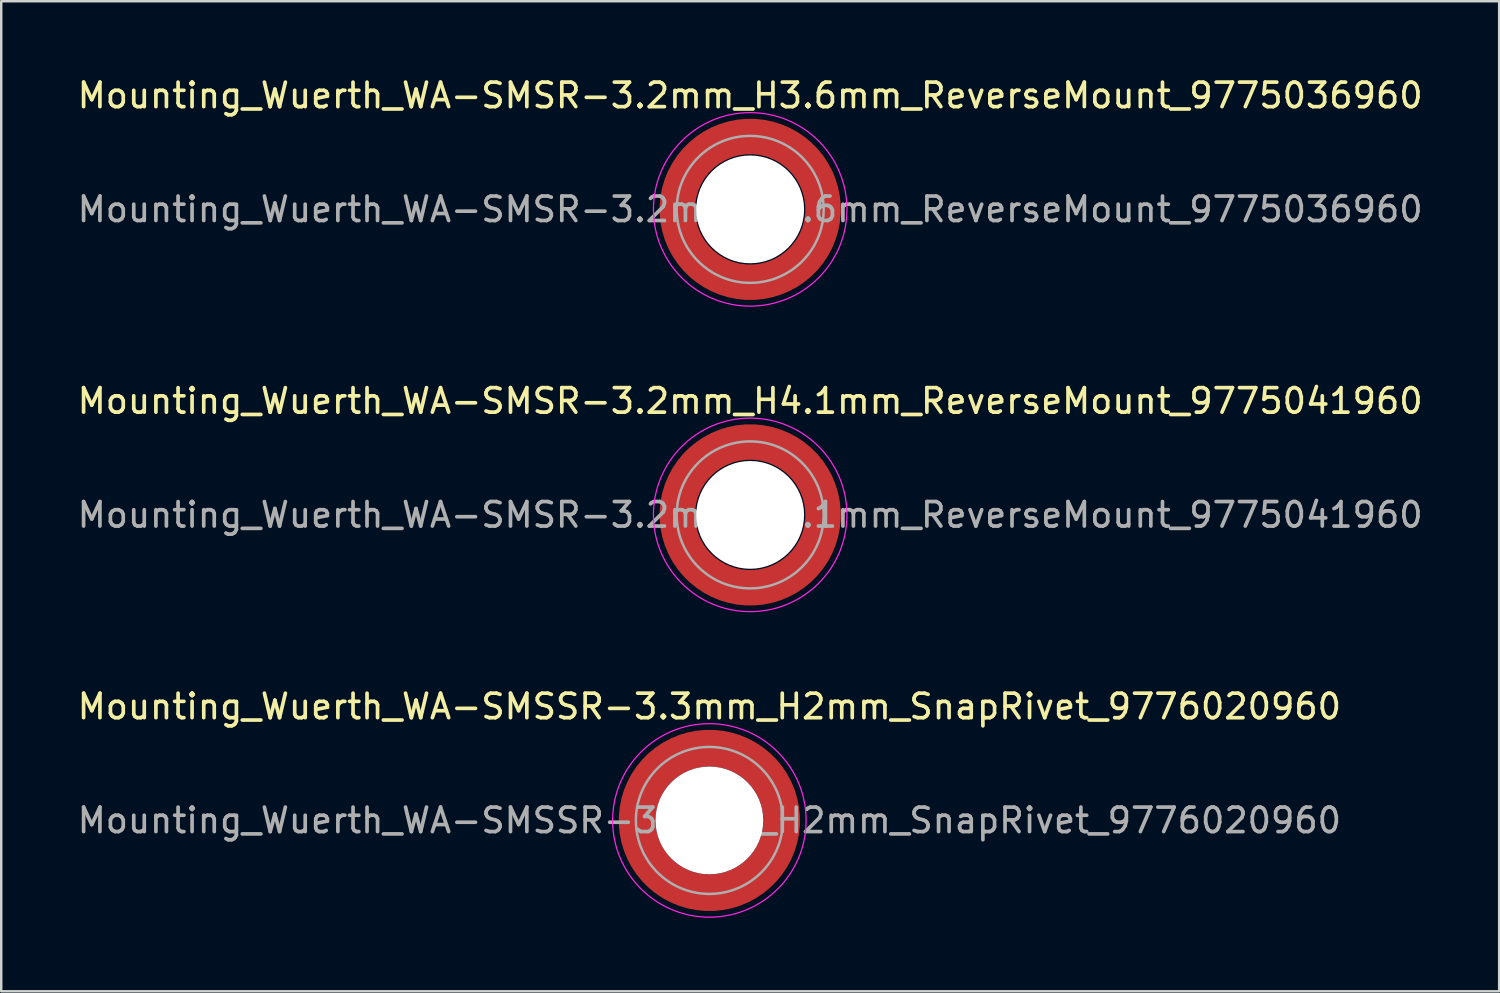
<source format=kicad_pcb>
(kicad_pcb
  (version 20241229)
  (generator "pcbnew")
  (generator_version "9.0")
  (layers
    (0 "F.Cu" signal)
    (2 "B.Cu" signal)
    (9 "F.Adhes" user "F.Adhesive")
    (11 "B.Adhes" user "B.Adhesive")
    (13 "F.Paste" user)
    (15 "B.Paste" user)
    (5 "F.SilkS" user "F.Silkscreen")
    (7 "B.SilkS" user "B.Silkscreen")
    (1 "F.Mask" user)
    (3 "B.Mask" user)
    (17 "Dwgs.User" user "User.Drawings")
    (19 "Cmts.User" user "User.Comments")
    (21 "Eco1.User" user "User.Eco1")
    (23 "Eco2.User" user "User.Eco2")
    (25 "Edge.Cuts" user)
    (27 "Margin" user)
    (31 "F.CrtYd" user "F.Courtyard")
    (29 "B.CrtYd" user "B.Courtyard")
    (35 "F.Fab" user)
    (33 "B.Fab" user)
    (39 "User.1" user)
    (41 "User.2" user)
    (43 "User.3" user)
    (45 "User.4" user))
  (footprint "Mounting_Wuerth_WA-SMSSR-3.3mm_H2mm_SnapRivet_9776020960"
    (layer "F.Cu")
    (at 25.911 30.445)
    (property "Reference" "Mounting_Wuerth_WA-SMSSR-3.3mm_H2mm_SnapRivet_9776020960" (at 0 -4.65 0) (layer "F.SilkS") (effects (font (size 1 1) (thickness 0.15))))
    (attr smd)
    (fp_circle (center 0 0) (end 3.95 0) (stroke (width 0.05) (type solid)) (fill no) (layer "F.CrtYd"))
    (fp_circle (center 0 0) (end 3 0) (stroke (width 0.1) (type solid)) (fill no) (layer "F.Fab"))
    (fp_text user "${REFERENCE}" (at 0 0 0) (layer "F.Fab") (effects (font (size 1 1) (thickness 0.15))))
    (pad "" smd custom (at -2.077 -2.077) (size 0.995 0.995) (layers "F.Paste") (options (anchor circle)) (primitives (gr_arc (start -0.208831 1.577126) (mid 0.422144 0.422848) (end 1.576154 -0.208618) (width 0.2)) (gr_arc (start -0.310669 1.577126) (mid 0.35138 0.352781) (end 1.575188 -0.310262) (width 0.2)) (gr_arc (start -0.412325 1.577126) (mid 0.280305 0.283024) (end 1.573357 -0.411565) (width 0.2)) (gr_arc (start -0.51382 1.577126) (mid 0.210358 0.212139) (end 1.574653 -0.513342) (width 0.2)) (gr_arc (start -0.615172 1.577126) (mid 0.139846 0.141818) (end 1.574384 -0.614661) (width 0.2)) (gr_arc (start -0.716397 1.577126) (mid 0.070334 0.070498) (end 1.576898 -0.716356) (width 0.2)) (gr_arc (start -0.817508 1.577126) (mid -0.001805 0.001806) (end 1.572094 -0.816634) (width 0.2)) (gr_arc (start -0.918517 1.577126) (mid -0.071322 -0.06951) (end 1.574599 -0.918094) (width 0.2)) (gr_arc (start -1.019433 1.577126) (mid -0.141902 -0.139762) (end 1.574138 -1.018949) (width 0.2)) (gr_arc (start -1.120266 1.577126) (mid -0.211736 -0.210761) (end 1.575763 -1.120053) (width 0.2)) (gr_arc (start -1.221022 1.577126) (mid -0.282882 -0.280446) (end 1.57372 -1.220504) (width 0.2)) (gr_arc (start -1.32171 1.577126) (mid -0.353407 -0.350753) (end 1.573414 -1.321162) (width 0.2)) (gr_arc (start -1.422335 1.577126) (mid -0.423311 -0.421682) (end 1.574846 -1.422009) (width 0.2)) (gr_line (start 1.577 -0.209) (end 1.577 -1.422) (width 0.2)) (gr_line (start -0.209 1.577) (end -1.422 1.577) (width 0.2))))
    (pad "" smd custom (at -2.077 2.077) (size 0.995 0.995) (layers "F.Paste") (options (anchor circle)) (primitives (gr_arc (start 1.577126 0.208831) (mid 0.422848 -0.422144) (end -0.208618 -1.576154) (width 0.2)) (gr_arc (start 1.577126 0.310669) (mid 0.352781 -0.35138) (end -0.310262 -1.575188) (width 0.2)) (gr_arc (start 1.577126 0.412325) (mid 0.283024 -0.280305) (end -0.411565 -1.573357) (width 0.2)) (gr_arc (start 1.577126 0.51382) (mid 0.212139 -0.210358) (end -0.513342 -1.574653) (width 0.2)) (gr_arc (start 1.577126 0.615172) (mid 0.141818 -0.139846) (end -0.614661 -1.574384) (width 0.2)) (gr_arc (start 1.577126 0.716397) (mid 0.070498 -0.070334) (end -0.716356 -1.576898) (width 0.2)) (gr_arc (start 1.577126 0.817508) (mid 0.001806 0.001805) (end -0.816634 -1.572094) (width 0.2)) (gr_arc (start 1.577126 0.918517) (mid -0.06951 0.071322) (end -0.918094 -1.574599) (width 0.2)) (gr_arc (start 1.577126 1.019433) (mid -0.139762 0.141902) (end -1.018949 -1.574138) (width 0.2)) (gr_arc (start 1.577126 1.120266) (mid -0.210761 0.211736) (end -1.120053 -1.575763) (width 0.2)) (gr_arc (start 1.577126 1.221022) (mid -0.280446 0.282882) (end -1.220504 -1.57372) (width 0.2)) (gr_arc (start 1.577126 1.32171) (mid -0.350753 0.353407) (end -1.321162 -1.573414) (width 0.2)) (gr_arc (start 1.577126 1.422335) (mid -0.421682 0.423311) (end -1.422009 -1.574846) (width 0.2)) (gr_line (start -0.209 -1.577) (end -1.422 -1.577) (width 0.2)) (gr_line (start 1.577 0.209) (end 1.577 1.422) (width 0.2))))
    (pad "" np_thru_hole circle (at 0 0) (size 4.4 4.4) (drill 4.4) (layers "*.Cu" "*.Mask"))
    (pad "" smd custom (at 2.077 -2.077) (size 0.995 0.995) (layers "F.Paste") (options (anchor circle)) (primitives (gr_arc (start -1.577126 -0.208831) (mid -0.422848 0.422144) (end 0.208618 1.576154) (width 0.2)) (gr_arc (start -1.577126 -0.310669) (mid -0.352781 0.35138) (end 0.310262 1.575188) (width 0.2)) (gr_arc (start -1.577126 -0.412325) (mid -0.283024 0.280305) (end 0.411565 1.573357) (width 0.2)) (gr_arc (start -1.577126 -0.51382) (mid -0.212139 0.210358) (end 0.513342 1.574653) (width 0.2)) (gr_arc (start -1.577126 -0.615172) (mid -0.141818 0.139846) (end 0.614661 1.574384) (width 0.2)) (gr_arc (start -1.577126 -0.716397) (mid -0.070498 0.070334) (end 0.716356 1.576898) (width 0.2)) (gr_arc (start -1.577126 -0.817508) (mid -0.001806 -0.001805) (end 0.816634 1.572094) (width 0.2)) (gr_arc (start -1.577126 -0.918517) (mid 0.06951 -0.071322) (end 0.918094 1.574599) (width 0.2)) (gr_arc (start -1.577126 -1.019433) (mid 0.139762 -0.141902) (end 1.018949 1.574138) (width 0.2)) (gr_arc (start -1.577126 -1.120266) (mid 0.210761 -0.211736) (end 1.120053 1.575763) (width 0.2)) (gr_arc (start -1.577126 -1.221022) (mid 0.280446 -0.282882) (end 1.220504 1.57372) (width 0.2)) (gr_arc (start -1.577126 -1.32171) (mid 0.350753 -0.353407) (end 1.321162 1.573414) (width 0.2)) (gr_arc (start -1.577126 -1.422335) (mid 0.421682 -0.423311) (end 1.422009 1.574846) (width 0.2)) (gr_line (start 0.209 1.577) (end 1.422 1.577) (width 0.2)) (gr_line (start -1.577 -0.209) (end -1.577 -1.422) (width 0.2))))
    (pad "" smd custom (at 2.077 2.077) (size 0.995 0.995) (layers "F.Paste") (options (anchor circle)) (primitives (gr_arc (start 0.208831 -1.577126) (mid -0.422144 -0.422848) (end -1.576154 0.208618) (width 0.2)) (gr_arc (start 0.310669 -1.577126) (mid -0.35138 -0.352781) (end -1.575188 0.310262) (width 0.2)) (gr_arc (start 0.412325 -1.577126) (mid -0.280305 -0.283024) (end -1.573357 0.411565) (width 0.2)) (gr_arc (start 0.51382 -1.577126) (mid -0.210358 -0.212139) (end -1.574653 0.513342) (width 0.2)) (gr_arc (start 0.615172 -1.577126) (mid -0.139846 -0.141818) (end -1.574384 0.614661) (width 0.2)) (gr_arc (start 0.716397 -1.577126) (mid -0.070334 -0.070498) (end -1.576898 0.716356) (width 0.2)) (gr_arc (start 0.817508 -1.577126) (mid 0.001805 -0.001806) (end -1.572094 0.816634) (width 0.2)) (gr_arc (start 0.918517 -1.577126) (mid 0.071322 0.06951) (end -1.574599 0.918094) (width 0.2)) (gr_arc (start 1.019433 -1.577126) (mid 0.141902 0.139762) (end -1.574138 1.018949) (width 0.2)) (gr_arc (start 1.120266 -1.577126) (mid 0.211736 0.210761) (end -1.575763 1.120053) (width 0.2)) (gr_arc (start 1.221022 -1.577126) (mid 0.282882 0.280446) (end -1.57372 1.220504) (width 0.2)) (gr_arc (start 1.32171 -1.577126) (mid 0.353407 0.350753) (end -1.573414 1.321162) (width 0.2)) (gr_arc (start 1.422335 -1.577126) (mid 0.423311 0.421682) (end -1.574846 1.422009) (width 0.2)) (gr_line (start -1.577 0.209) (end -1.577 1.422) (width 0.2)) (gr_line (start 0.209 -1.577) (end 1.422 -1.577) (width 0.2))))
    (pad "1" smd circle (at -2.95 0) (size 1.1 1.1) (layers "F.Cu"))
    (pad "1" smd circle (at 0 -2.95) (size 1.1 1.1) (layers "F.Cu"))
    (pad "1" smd circle (at 0 2.95) (size 1.1 1.1) (layers "F.Cu"))
    (pad "1" smd custom (at 2.95 0) (size 1.1 1.1) (layers "F.Cu" "F.Mask") (options (anchor circle)) (primitives (gr_circle (center -2.95 0) (end 0 0) (width 1.5) (fill no)))))
  (footprint "Mounting_Wuerth_WA-SMSR-3.2mm_H3.6mm_ReverseMount_9775036960"
    (layer "F.Cu")
    (at 27.577 5.498)
    (property "Reference" "Mounting_Wuerth_WA-SMSR-3.2mm_H3.6mm_ReverseMount_9775036960" (at 0 -4.65 0) (layer "F.SilkS") (effects (font (size 1 1) (thickness 0.15))))
    (attr smd)
    (fp_circle (center 0 0) (end 3.95 0) (stroke (width 0.05) (type solid)) (fill no) (layer "F.CrtYd"))
    (fp_circle (center 0 0) (end 3 0) (stroke (width 0.1) (type solid)) (fill no) (layer "F.Fab"))
    (fp_text user "${REFERENCE}" (at 0 0 0) (layer "F.Fab") (effects (font (size 1 1) (thickness 0.15))))
    (pad "" smd custom (at -2.095 -2.095) (size 0.945 0.945) (layers "F.Paste") (options (anchor circle)) (primitives (gr_arc (start -0.24231 1.594804) (mid 0.404104 0.405534) (end 1.592827 -0.241886) (width 0.2)) (gr_arc (start -0.3398 1.594804) (mid 0.335987 0.338711) (end 1.591031 -0.339022) (width 0.2)) (gr_arc (start -0.437132 1.594804) (mid 0.268952 0.270807) (end 1.592231 -0.436623) (width 0.2)) (gr_arc (start -0.534324 1.594804) (mid 0.201345 0.203474) (end 1.591846 -0.53376) (width 0.2)) (gr_arc (start -0.631391 1.594804) (mid 0.134696 0.135183) (end 1.594126 -0.631267) (width 0.2)) (gr_arc (start -0.728345 1.594804) (mid 0.067234 0.067705) (end 1.594149 -0.728229) (width 0.2)) (gr_arc (start -0.825197 1.594804) (mid -0.001218 0.001219) (end 1.591408 -0.824614) (width 0.2)) (gr_arc (start -0.921958 1.594804) (mid -0.068952 -0.065985) (end 1.590665 -0.921269) (width 0.2)) (gr_arc (start -1.018637 1.594804) (mid -0.135972 -0.133907) (end 1.59192 -1.018172) (width 0.2)) (gr_arc (start -1.115239 1.594804) (mid -0.20428 -0.200537) (end 1.589574 -1.11442) (width 0.2)) (gr_arc (start -1.211773 1.594804) (mid -0.26993 -0.269828) (end 1.594662 -1.211751) (width 0.2)) (gr_arc (start -1.308244 1.594804) (mid -0.33911 -0.335587) (end 1.589875 -1.307516) (width 0.2)) (gr_arc (start -1.404657 1.594804) (mid -0.405633 -0.404004) (end 1.592524 -1.404331) (width 0.2)) (gr_arc (start -1.404657 1.594804) (mid -0.405633 -0.404004) (end 1.592524 -1.404331) (width 0.2)) (gr_line (start 1.595 -0.242) (end 1.595 -1.405) (width 0.2)) (gr_line (start -0.242 1.595) (end -1.405 1.595) (width 0.2))))
    (pad "" smd custom (at -2.095 2.095) (size 0.945 0.945) (layers "F.Paste") (options (anchor circle)) (primitives (gr_arc (start 1.594804 0.24231) (mid 0.405534 -0.404104) (end -0.241886 -1.592827) (width 0.2)) (gr_arc (start 1.594804 0.3398) (mid 0.338711 -0.335987) (end -0.339022 -1.591031) (width 0.2)) (gr_arc (start 1.594804 0.437132) (mid 0.270807 -0.268952) (end -0.436623 -1.592231) (width 0.2)) (gr_arc (start 1.594804 0.534324) (mid 0.203474 -0.201345) (end -0.53376 -1.591846) (width 0.2)) (gr_arc (start 1.594804 0.631391) (mid 0.135183 -0.134696) (end -0.631267 -1.594126) (width 0.2)) (gr_arc (start 1.594804 0.728345) (mid 0.067705 -0.067234) (end -0.728229 -1.594149) (width 0.2)) (gr_arc (start 1.594804 0.825197) (mid 0.001219 0.001218) (end -0.824614 -1.591408) (width 0.2)) (gr_arc (start 1.594804 0.921958) (mid -0.065985 0.068952) (end -0.921269 -1.590665) (width 0.2)) (gr_arc (start 1.594804 1.018637) (mid -0.133907 0.135972) (end -1.018172 -1.59192) (width 0.2)) (gr_arc (start 1.594804 1.115239) (mid -0.200537 0.20428) (end -1.11442 -1.589574) (width 0.2)) (gr_arc (start 1.594804 1.211773) (mid -0.269828 0.26993) (end -1.211751 -1.594662) (width 0.2)) (gr_arc (start 1.594804 1.308244) (mid -0.335587 0.33911) (end -1.307516 -1.589875) (width 0.2)) (gr_arc (start 1.594804 1.404657) (mid -0.404004 0.405633) (end -1.404331 -1.592524) (width 0.2)) (gr_arc (start 1.594804 1.404657) (mid -0.404004 0.405633) (end -1.404331 -1.592524) (width 0.2)) (gr_line (start -0.242 -1.595) (end -1.405 -1.595) (width 0.2)) (gr_line (start 1.595 0.242) (end 1.595 1.405) (width 0.2))))
    (pad "" np_thru_hole circle (at 0 0) (size 4.4 4.4) (drill 4.4) (layers "*.Cu" "*.Mask"))
    (pad "" smd custom (at 2.095 -2.095) (size 0.945 0.945) (layers "F.Paste") (options (anchor circle)) (primitives (gr_arc (start -1.594804 -0.24231) (mid -0.405534 0.404104) (end 0.241886 1.592827) (width 0.2)) (gr_arc (start -1.594804 -0.3398) (mid -0.338711 0.335987) (end 0.339022 1.591031) (width 0.2)) (gr_arc (start -1.594804 -0.437132) (mid -0.270807 0.268952) (end 0.436623 1.592231) (width 0.2)) (gr_arc (start -1.594804 -0.534324) (mid -0.203474 0.201345) (end 0.53376 1.591846) (width 0.2)) (gr_arc (start -1.594804 -0.631391) (mid -0.135183 0.134696) (end 0.631267 1.594126) (width 0.2)) (gr_arc (start -1.594804 -0.728345) (mid -0.067705 0.067234) (end 0.728229 1.594149) (width 0.2)) (gr_arc (start -1.594804 -0.825197) (mid -0.001219 -0.001218) (end 0.824614 1.591408) (width 0.2)) (gr_arc (start -1.594804 -0.921958) (mid 0.065985 -0.068952) (end 0.921269 1.590665) (width 0.2)) (gr_arc (start -1.594804 -1.018637) (mid 0.133907 -0.135972) (end 1.018172 1.59192) (width 0.2)) (gr_arc (start -1.594804 -1.115239) (mid 0.200537 -0.20428) (end 1.11442 1.589574) (width 0.2)) (gr_arc (start -1.594804 -1.211773) (mid 0.269828 -0.26993) (end 1.211751 1.594662) (width 0.2)) (gr_arc (start -1.594804 -1.308244) (mid 0.335587 -0.33911) (end 1.307516 1.589875) (width 0.2)) (gr_arc (start -1.594804 -1.404657) (mid 0.404004 -0.405633) (end 1.404331 1.592524) (width 0.2)) (gr_arc (start -1.594804 -1.404657) (mid 0.404004 -0.405633) (end 1.404331 1.592524) (width 0.2)) (gr_line (start 0.242 1.595) (end 1.405 1.595) (width 0.2)) (gr_line (start -1.595 -0.242) (end -1.595 -1.405) (width 0.2))))
    (pad "" smd custom (at 2.095 2.095) (size 0.945 0.945) (layers "F.Paste") (options (anchor circle)) (primitives (gr_arc (start 0.24231 -1.594804) (mid -0.404104 -0.405534) (end -1.592827 0.241886) (width 0.2)) (gr_arc (start 0.3398 -1.594804) (mid -0.335987 -0.338711) (end -1.591031 0.339022) (width 0.2)) (gr_arc (start 0.437132 -1.594804) (mid -0.268952 -0.270807) (end -1.592231 0.436623) (width 0.2)) (gr_arc (start 0.534324 -1.594804) (mid -0.201345 -0.203474) (end -1.591846 0.53376) (width 0.2)) (gr_arc (start 0.631391 -1.594804) (mid -0.134696 -0.135183) (end -1.594126 0.631267) (width 0.2)) (gr_arc (start 0.728345 -1.594804) (mid -0.067234 -0.067705) (end -1.594149 0.728229) (width 0.2)) (gr_arc (start 0.825197 -1.594804) (mid 0.001218 -0.001219) (end -1.591408 0.824614) (width 0.2)) (gr_arc (start 0.921958 -1.594804) (mid 0.068952 0.065985) (end -1.590665 0.921269) (width 0.2)) (gr_arc (start 1.018637 -1.594804) (mid 0.135972 0.133907) (end -1.59192 1.018172) (width 0.2)) (gr_arc (start 1.115239 -1.594804) (mid 0.20428 0.200537) (end -1.589574 1.11442) (width 0.2)) (gr_arc (start 1.211773 -1.594804) (mid 0.26993 0.269828) (end -1.594662 1.211751) (width 0.2)) (gr_arc (start 1.308244 -1.594804) (mid 0.33911 0.335587) (end -1.589875 1.307516) (width 0.2)) (gr_arc (start 1.404657 -1.594804) (mid 0.405633 0.404004) (end -1.592524 1.404331) (width 0.2)) (gr_arc (start 1.404657 -1.594804) (mid 0.405633 0.404004) (end -1.592524 1.404331) (width 0.2)) (gr_line (start -1.595 0.242) (end -1.595 1.405) (width 0.2)) (gr_line (start 0.242 -1.595) (end 1.405 -1.595) (width 0.2))))
    (pad "1" smd circle (at -2.975 0) (size 1.05 1.05) (layers "F.Cu"))
    (pad "1" smd circle (at 0 -2.975) (size 1.05 1.05) (layers "F.Cu"))
    (pad "1" smd circle (at 0 2.975) (size 1.05 1.05) (layers "F.Cu"))
    (pad "1" smd custom (at 2.975 0) (size 1.05 1.05) (layers "F.Cu" "F.Mask") (options (anchor circle)) (primitives (gr_circle (center -2.975 0) (end 0 0) (width 1.45) (fill no)))))
  (footprint "Mounting_Wuerth_WA-SMSR-3.2mm_H4.1mm_ReverseMount_9775041960"
    (layer "F.Cu")
    (at 27.577 17.971)
    (property "Reference" "Mounting_Wuerth_WA-SMSR-3.2mm_H4.1mm_ReverseMount_9775041960" (at 0 -4.65 0) (layer "F.SilkS") (effects (font (size 1 1) (thickness 0.15))))
    (attr smd)
    (fp_circle (center 0 0) (end 3.95 0) (stroke (width 0.05) (type solid)) (fill no) (layer "F.CrtYd"))
    (fp_circle (center 0 0) (end 3 0) (stroke (width 0.1) (type solid)) (fill no) (layer "F.Fab"))
    (fp_text user "${REFERENCE}" (at 0 0 0) (layer "F.Fab") (effects (font (size 1 1) (thickness 0.15))))
    (pad "" smd custom (at -2.095 -2.095) (size 0.945 0.945) (layers "F.Paste") (options (anchor circle)) (primitives (gr_arc (start -0.24231 1.594804) (mid 0.404104 0.405534) (end 1.592827 -0.241886) (width 0.2)) (gr_arc (start -0.3398 1.594804) (mid 0.335987 0.338711) (end 1.591031 -0.339022) (width 0.2)) (gr_arc (start -0.437132 1.594804) (mid 0.268952 0.270807) (end 1.592231 -0.436623) (width 0.2)) (gr_arc (start -0.534324 1.594804) (mid 0.201345 0.203474) (end 1.591846 -0.53376) (width 0.2)) (gr_arc (start -0.631391 1.594804) (mid 0.134696 0.135183) (end 1.594126 -0.631267) (width 0.2)) (gr_arc (start -0.728345 1.594804) (mid 0.067234 0.067705) (end 1.594149 -0.728229) (width 0.2)) (gr_arc (start -0.825197 1.594804) (mid -0.001218 0.001219) (end 1.591408 -0.824614) (width 0.2)) (gr_arc (start -0.921958 1.594804) (mid -0.068952 -0.065985) (end 1.590665 -0.921269) (width 0.2)) (gr_arc (start -1.018637 1.594804) (mid -0.135972 -0.133907) (end 1.59192 -1.018172) (width 0.2)) (gr_arc (start -1.115239 1.594804) (mid -0.20428 -0.200537) (end 1.589574 -1.11442) (width 0.2)) (gr_arc (start -1.211773 1.594804) (mid -0.26993 -0.269828) (end 1.594662 -1.211751) (width 0.2)) (gr_arc (start -1.308244 1.594804) (mid -0.33911 -0.335587) (end 1.589875 -1.307516) (width 0.2)) (gr_arc (start -1.404657 1.594804) (mid -0.405633 -0.404004) (end 1.592524 -1.404331) (width 0.2)) (gr_arc (start -1.404657 1.594804) (mid -0.405633 -0.404004) (end 1.592524 -1.404331) (width 0.2)) (gr_line (start 1.595 -0.242) (end 1.595 -1.405) (width 0.2)) (gr_line (start -0.242 1.595) (end -1.405 1.595) (width 0.2))))
    (pad "" smd custom (at -2.095 2.095) (size 0.945 0.945) (layers "F.Paste") (options (anchor circle)) (primitives (gr_arc (start 1.594804 0.24231) (mid 0.405534 -0.404104) (end -0.241886 -1.592827) (width 0.2)) (gr_arc (start 1.594804 0.3398) (mid 0.338711 -0.335987) (end -0.339022 -1.591031) (width 0.2)) (gr_arc (start 1.594804 0.437132) (mid 0.270807 -0.268952) (end -0.436623 -1.592231) (width 0.2)) (gr_arc (start 1.594804 0.534324) (mid 0.203474 -0.201345) (end -0.53376 -1.591846) (width 0.2)) (gr_arc (start 1.594804 0.631391) (mid 0.135183 -0.134696) (end -0.631267 -1.594126) (width 0.2)) (gr_arc (start 1.594804 0.728345) (mid 0.067705 -0.067234) (end -0.728229 -1.594149) (width 0.2)) (gr_arc (start 1.594804 0.825197) (mid 0.001219 0.001218) (end -0.824614 -1.591408) (width 0.2)) (gr_arc (start 1.594804 0.921958) (mid -0.065985 0.068952) (end -0.921269 -1.590665) (width 0.2)) (gr_arc (start 1.594804 1.018637) (mid -0.133907 0.135972) (end -1.018172 -1.59192) (width 0.2)) (gr_arc (start 1.594804 1.115239) (mid -0.200537 0.20428) (end -1.11442 -1.589574) (width 0.2)) (gr_arc (start 1.594804 1.211773) (mid -0.269828 0.26993) (end -1.211751 -1.594662) (width 0.2)) (gr_arc (start 1.594804 1.308244) (mid -0.335587 0.33911) (end -1.307516 -1.589875) (width 0.2)) (gr_arc (start 1.594804 1.404657) (mid -0.404004 0.405633) (end -1.404331 -1.592524) (width 0.2)) (gr_arc (start 1.594804 1.404657) (mid -0.404004 0.405633) (end -1.404331 -1.592524) (width 0.2)) (gr_line (start -0.242 -1.595) (end -1.405 -1.595) (width 0.2)) (gr_line (start 1.595 0.242) (end 1.595 1.405) (width 0.2))))
    (pad "" np_thru_hole circle (at 0 0) (size 4.4 4.4) (drill 4.4) (layers "*.Cu" "*.Mask"))
    (pad "" smd custom (at 2.095 -2.095) (size 0.945 0.945) (layers "F.Paste") (options (anchor circle)) (primitives (gr_arc (start -1.594804 -0.24231) (mid -0.405534 0.404104) (end 0.241886 1.592827) (width 0.2)) (gr_arc (start -1.594804 -0.3398) (mid -0.338711 0.335987) (end 0.339022 1.591031) (width 0.2)) (gr_arc (start -1.594804 -0.437132) (mid -0.270807 0.268952) (end 0.436623 1.592231) (width 0.2)) (gr_arc (start -1.594804 -0.534324) (mid -0.203474 0.201345) (end 0.53376 1.591846) (width 0.2)) (gr_arc (start -1.594804 -0.631391) (mid -0.135183 0.134696) (end 0.631267 1.594126) (width 0.2)) (gr_arc (start -1.594804 -0.728345) (mid -0.067705 0.067234) (end 0.728229 1.594149) (width 0.2)) (gr_arc (start -1.594804 -0.825197) (mid -0.001219 -0.001218) (end 0.824614 1.591408) (width 0.2)) (gr_arc (start -1.594804 -0.921958) (mid 0.065985 -0.068952) (end 0.921269 1.590665) (width 0.2)) (gr_arc (start -1.594804 -1.018637) (mid 0.133907 -0.135972) (end 1.018172 1.59192) (width 0.2)) (gr_arc (start -1.594804 -1.115239) (mid 0.200537 -0.20428) (end 1.11442 1.589574) (width 0.2)) (gr_arc (start -1.594804 -1.211773) (mid 0.269828 -0.26993) (end 1.211751 1.594662) (width 0.2)) (gr_arc (start -1.594804 -1.308244) (mid 0.335587 -0.33911) (end 1.307516 1.589875) (width 0.2)) (gr_arc (start -1.594804 -1.404657) (mid 0.404004 -0.405633) (end 1.404331 1.592524) (width 0.2)) (gr_arc (start -1.594804 -1.404657) (mid 0.404004 -0.405633) (end 1.404331 1.592524) (width 0.2)) (gr_line (start 0.242 1.595) (end 1.405 1.595) (width 0.2)) (gr_line (start -1.595 -0.242) (end -1.595 -1.405) (width 0.2))))
    (pad "" smd custom (at 2.095 2.095) (size 0.945 0.945) (layers "F.Paste") (options (anchor circle)) (primitives (gr_arc (start 0.24231 -1.594804) (mid -0.404104 -0.405534) (end -1.592827 0.241886) (width 0.2)) (gr_arc (start 0.3398 -1.594804) (mid -0.335987 -0.338711) (end -1.591031 0.339022) (width 0.2)) (gr_arc (start 0.437132 -1.594804) (mid -0.268952 -0.270807) (end -1.592231 0.436623) (width 0.2)) (gr_arc (start 0.534324 -1.594804) (mid -0.201345 -0.203474) (end -1.591846 0.53376) (width 0.2)) (gr_arc (start 0.631391 -1.594804) (mid -0.134696 -0.135183) (end -1.594126 0.631267) (width 0.2)) (gr_arc (start 0.728345 -1.594804) (mid -0.067234 -0.067705) (end -1.594149 0.728229) (width 0.2)) (gr_arc (start 0.825197 -1.594804) (mid 0.001218 -0.001219) (end -1.591408 0.824614) (width 0.2)) (gr_arc (start 0.921958 -1.594804) (mid 0.068952 0.065985) (end -1.590665 0.921269) (width 0.2)) (gr_arc (start 1.018637 -1.594804) (mid 0.135972 0.133907) (end -1.59192 1.018172) (width 0.2)) (gr_arc (start 1.115239 -1.594804) (mid 0.20428 0.200537) (end -1.589574 1.11442) (width 0.2)) (gr_arc (start 1.211773 -1.594804) (mid 0.26993 0.269828) (end -1.594662 1.211751) (width 0.2)) (gr_arc (start 1.308244 -1.594804) (mid 0.33911 0.335587) (end -1.589875 1.307516) (width 0.2)) (gr_arc (start 1.404657 -1.594804) (mid 0.405633 0.404004) (end -1.592524 1.404331) (width 0.2)) (gr_arc (start 1.404657 -1.594804) (mid 0.405633 0.404004) (end -1.592524 1.404331) (width 0.2)) (gr_line (start -1.595 0.242) (end -1.595 1.405) (width 0.2)) (gr_line (start 0.242 -1.595) (end 1.405 -1.595) (width 0.2))))
    (pad "1" smd circle (at -2.975 0) (size 1.05 1.05) (layers "F.Cu"))
    (pad "1" smd circle (at 0 -2.975) (size 1.05 1.05) (layers "F.Cu"))
    (pad "1" smd circle (at 0 2.975) (size 1.05 1.05) (layers "F.Cu"))
    (pad "1" smd custom (at 2.975 0) (size 1.05 1.05) (layers "F.Cu" "F.Mask") (options (anchor circle)) (primitives (gr_circle (center -2.975 0) (end 0 0) (width 1.45) (fill no)))))
  (gr_rect
    (start -3 -3)
    (end 58.155 37.42)
    (stroke (width 0.1) (type default))
    (fill no)
    (layer "Edge.Cuts")))
</source>
